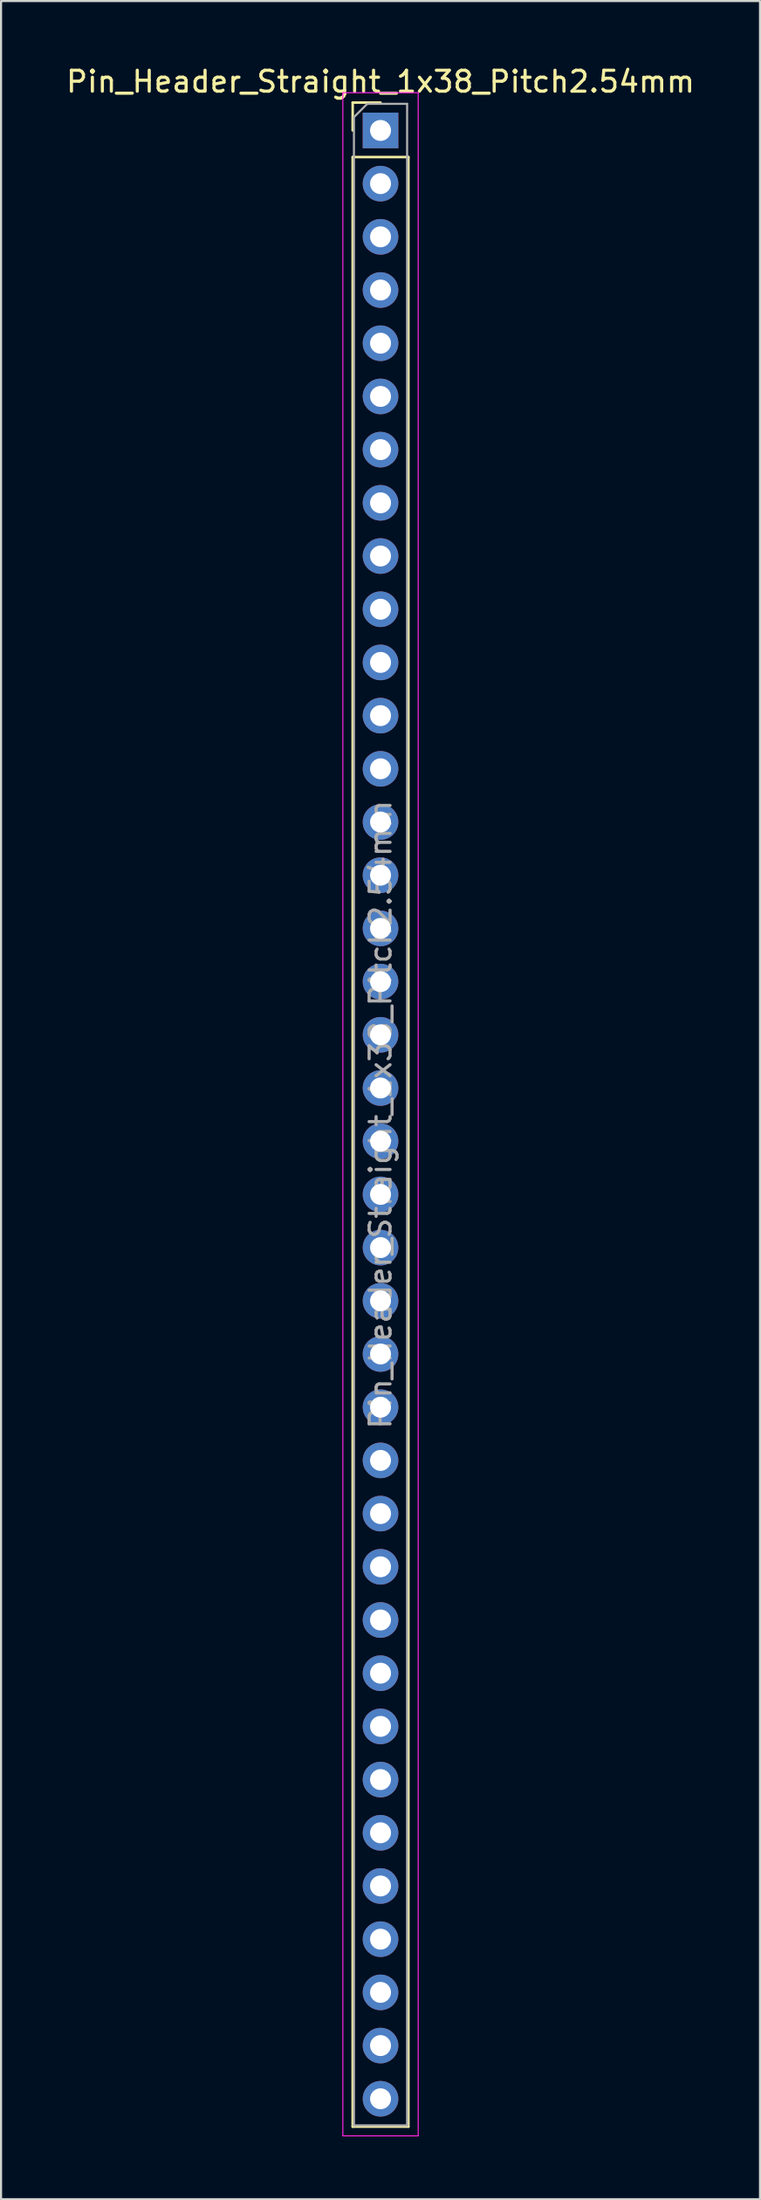
<source format=kicad_pcb>
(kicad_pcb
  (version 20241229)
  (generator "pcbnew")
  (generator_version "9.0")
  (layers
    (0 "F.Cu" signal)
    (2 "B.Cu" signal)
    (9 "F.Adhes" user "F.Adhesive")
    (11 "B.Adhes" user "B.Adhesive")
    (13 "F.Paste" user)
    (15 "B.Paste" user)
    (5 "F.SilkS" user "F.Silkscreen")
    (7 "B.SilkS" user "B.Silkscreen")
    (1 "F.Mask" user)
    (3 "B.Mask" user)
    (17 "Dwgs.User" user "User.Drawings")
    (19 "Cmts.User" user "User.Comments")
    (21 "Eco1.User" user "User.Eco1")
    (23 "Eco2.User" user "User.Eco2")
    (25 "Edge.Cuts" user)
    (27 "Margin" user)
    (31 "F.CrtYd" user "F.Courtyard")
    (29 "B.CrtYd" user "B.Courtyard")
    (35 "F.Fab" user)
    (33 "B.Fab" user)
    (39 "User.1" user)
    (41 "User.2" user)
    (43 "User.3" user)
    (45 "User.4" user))
  (footprint "Pin_Header_Straight_1x38_Pitch2.54mm"
    (layer "F.Cu")
    (at 15.125 3.178)
    (property "Reference" "Pin_Header_Straight_1x38_Pitch2.54mm" (at 0 -2.33 0) (layer "F.SilkS") (effects (font (size 1 1) (thickness 0.15))))
    (attr through_hole)
    (fp_line (start -1.33 -1.33) (end 0 -1.33) (stroke (width 0.12) (type solid)) (layer "F.SilkS"))
    (fp_line (start -1.33 0) (end -1.33 -1.33) (stroke (width 0.12) (type solid)) (layer "F.SilkS"))
    (fp_line (start -1.33 1.27) (end -1.33 95.31) (stroke (width 0.12) (type solid)) (layer "F.SilkS"))
    (fp_line (start -1.33 95.31) (end 1.33 95.31) (stroke (width 0.12) (type solid)) (layer "F.SilkS"))
    (fp_line (start 1.33 1.27) (end -1.33 1.27) (stroke (width 0.12) (type solid)) (layer "F.SilkS"))
    (fp_line (start 1.33 95.31) (end 1.33 1.27) (stroke (width 0.12) (type solid)) (layer "F.SilkS"))
    (fp_line (start -1.8 -1.8) (end -1.8 95.75) (stroke (width 0.05) (type solid)) (layer "F.CrtYd"))
    (fp_line (start -1.8 95.75) (end 1.8 95.75) (stroke (width 0.05) (type solid)) (layer "F.CrtYd"))
    (fp_line (start 1.8 -1.8) (end -1.8 -1.8) (stroke (width 0.05) (type solid)) (layer "F.CrtYd"))
    (fp_line (start 1.8 95.75) (end 1.8 -1.8) (stroke (width 0.05) (type solid)) (layer "F.CrtYd"))
    (fp_line (start -1.27 -0.635) (end -0.635 -1.27) (stroke (width 0.1) (type solid)) (layer "F.Fab"))
    (fp_line (start -1.27 95.25) (end -1.27 -0.635) (stroke (width 0.1) (type solid)) (layer "F.Fab"))
    (fp_line (start -0.635 -1.27) (end 1.27 -1.27) (stroke (width 0.1) (type solid)) (layer "F.Fab"))
    (fp_line (start 1.27 -1.27) (end 1.27 95.25) (stroke (width 0.1) (type solid)) (layer "F.Fab"))
    (fp_line (start 1.27 95.25) (end -1.27 95.25) (stroke (width 0.1) (type solid)) (layer "F.Fab"))
    (fp_text user "${REFERENCE}" (at 0 46.99 90) (layer "F.Fab") (effects (font (size 1 1) (thickness 0.15))))
    (pad "1" thru_hole rect (at 0 0) (size 1.7 1.7) (drill 1) (layers "*.Cu" "*.Mask"))
    (pad "2" thru_hole oval (at 0 2.54) (size 1.7 1.7) (drill 1) (layers "*.Cu" "*.Mask"))
    (pad "3" thru_hole oval (at 0 5.08) (size 1.7 1.7) (drill 1) (layers "*.Cu" "*.Mask"))
    (pad "4" thru_hole oval (at 0 7.62) (size 1.7 1.7) (drill 1) (layers "*.Cu" "*.Mask"))
    (pad "5" thru_hole oval (at 0 10.16) (size 1.7 1.7) (drill 1) (layers "*.Cu" "*.Mask"))
    (pad "6" thru_hole oval (at 0 12.7) (size 1.7 1.7) (drill 1) (layers "*.Cu" "*.Mask"))
    (pad "7" thru_hole oval (at 0 15.24) (size 1.7 1.7) (drill 1) (layers "*.Cu" "*.Mask"))
    (pad "8" thru_hole oval (at 0 17.78) (size 1.7 1.7) (drill 1) (layers "*.Cu" "*.Mask"))
    (pad "9" thru_hole oval (at 0 20.32) (size 1.7 1.7) (drill 1) (layers "*.Cu" "*.Mask"))
    (pad "10" thru_hole oval (at 0 22.86) (size 1.7 1.7) (drill 1) (layers "*.Cu" "*.Mask"))
    (pad "11" thru_hole oval (at 0 25.4) (size 1.7 1.7) (drill 1) (layers "*.Cu" "*.Mask"))
    (pad "12" thru_hole oval (at 0 27.94) (size 1.7 1.7) (drill 1) (layers "*.Cu" "*.Mask"))
    (pad "13" thru_hole oval (at 0 30.48) (size 1.7 1.7) (drill 1) (layers "*.Cu" "*.Mask"))
    (pad "14" thru_hole oval (at 0 33.02) (size 1.7 1.7) (drill 1) (layers "*.Cu" "*.Mask"))
    (pad "15" thru_hole oval (at 0 35.56) (size 1.7 1.7) (drill 1) (layers "*.Cu" "*.Mask"))
    (pad "16" thru_hole oval (at 0 38.1) (size 1.7 1.7) (drill 1) (layers "*.Cu" "*.Mask"))
    (pad "17" thru_hole oval (at 0 40.64) (size 1.7 1.7) (drill 1) (layers "*.Cu" "*.Mask"))
    (pad "18" thru_hole oval (at 0 43.18) (size 1.7 1.7) (drill 1) (layers "*.Cu" "*.Mask"))
    (pad "19" thru_hole oval (at 0 45.72) (size 1.7 1.7) (drill 1) (layers "*.Cu" "*.Mask"))
    (pad "20" thru_hole oval (at 0 48.26) (size 1.7 1.7) (drill 1) (layers "*.Cu" "*.Mask"))
    (pad "21" thru_hole oval (at 0 50.8) (size 1.7 1.7) (drill 1) (layers "*.Cu" "*.Mask"))
    (pad "22" thru_hole oval (at 0 53.34) (size 1.7 1.7) (drill 1) (layers "*.Cu" "*.Mask"))
    (pad "23" thru_hole oval (at 0 55.88) (size 1.7 1.7) (drill 1) (layers "*.Cu" "*.Mask"))
    (pad "24" thru_hole oval (at 0 58.42) (size 1.7 1.7) (drill 1) (layers "*.Cu" "*.Mask"))
    (pad "25" thru_hole oval (at 0 60.96) (size 1.7 1.7) (drill 1) (layers "*.Cu" "*.Mask"))
    (pad "26" thru_hole oval (at 0 63.5) (size 1.7 1.7) (drill 1) (layers "*.Cu" "*.Mask"))
    (pad "27" thru_hole oval (at 0 66.04) (size 1.7 1.7) (drill 1) (layers "*.Cu" "*.Mask"))
    (pad "28" thru_hole oval (at 0 68.58) (size 1.7 1.7) (drill 1) (layers "*.Cu" "*.Mask"))
    (pad "29" thru_hole oval (at 0 71.12) (size 1.7 1.7) (drill 1) (layers "*.Cu" "*.Mask"))
    (pad "30" thru_hole oval (at 0 73.66) (size 1.7 1.7) (drill 1) (layers "*.Cu" "*.Mask"))
    (pad "31" thru_hole oval (at 0 76.2) (size 1.7 1.7) (drill 1) (layers "*.Cu" "*.Mask"))
    (pad "32" thru_hole oval (at 0 78.74) (size 1.7 1.7) (drill 1) (layers "*.Cu" "*.Mask"))
    (pad "33" thru_hole oval (at 0 81.28) (size 1.7 1.7) (drill 1) (layers "*.Cu" "*.Mask"))
    (pad "34" thru_hole oval (at 0 83.82) (size 1.7 1.7) (drill 1) (layers "*.Cu" "*.Mask"))
    (pad "35" thru_hole oval (at 0 86.36) (size 1.7 1.7) (drill 1) (layers "*.Cu" "*.Mask"))
    (pad "36" thru_hole oval (at 0 88.9) (size 1.7 1.7) (drill 1) (layers "*.Cu" "*.Mask"))
    (pad "37" thru_hole oval (at 0 91.44) (size 1.7 1.7) (drill 1) (layers "*.Cu" "*.Mask"))
    (pad "38" thru_hole oval (at 0 93.98) (size 1.7 1.7) (drill 1) (layers "*.Cu" "*.Mask")))
  (gr_rect
    (start -3 -3)
    (end 33.25 101.953)
    (stroke (width 0.1) (type default))
    (fill no)
    (layer "Edge.Cuts")))
</source>
